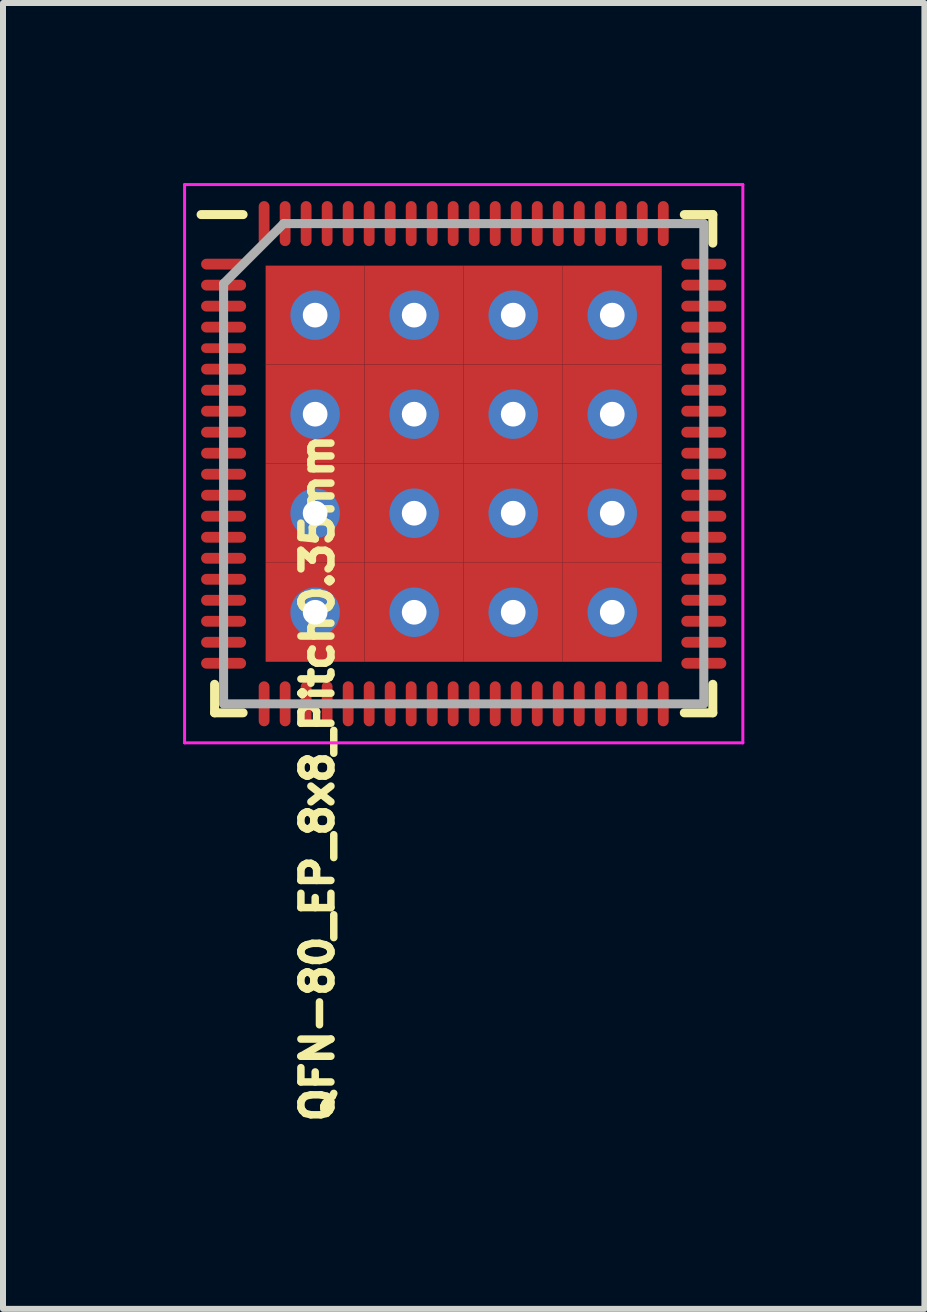
<source format=kicad_pcb>
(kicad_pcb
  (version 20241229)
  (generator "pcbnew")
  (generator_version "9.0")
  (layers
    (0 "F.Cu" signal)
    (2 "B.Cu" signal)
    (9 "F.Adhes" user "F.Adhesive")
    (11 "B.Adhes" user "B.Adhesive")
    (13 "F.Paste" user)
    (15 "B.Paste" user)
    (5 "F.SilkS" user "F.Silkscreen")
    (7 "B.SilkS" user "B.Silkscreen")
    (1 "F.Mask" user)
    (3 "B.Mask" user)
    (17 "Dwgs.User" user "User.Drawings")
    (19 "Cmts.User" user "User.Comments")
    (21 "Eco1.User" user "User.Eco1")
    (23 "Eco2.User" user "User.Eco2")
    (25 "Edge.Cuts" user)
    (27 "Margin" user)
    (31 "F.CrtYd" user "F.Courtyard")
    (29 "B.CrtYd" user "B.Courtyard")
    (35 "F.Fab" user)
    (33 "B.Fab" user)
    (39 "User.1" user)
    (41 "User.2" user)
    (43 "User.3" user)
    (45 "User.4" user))
  (footprint "QFN-80_EP_8x8_Pitch0.35mm"
    (layer "F.Cu")
    (at 4.675 4.675)
    (property "Reference" "QFN-80_EP_8x8_Pitch0.35mm" (at -2.437 5.24 270) (layer "F.SilkS") (effects (font (size 0.5 0.5) (thickness 0.125))))
    (attr smd)
    (fp_line (start -4.15 4.15) (end -4.15 3.675) (stroke (width 0.15) (type solid)) (layer "F.SilkS"))
    (fp_line (start -3.675 -4.15) (end -4.375 -4.15) (stroke (width 0.15) (type solid)) (layer "F.SilkS"))
    (fp_line (start -3.675 4.15) (end -4.15 4.15) (stroke (width 0.15) (type solid)) (layer "F.SilkS"))
    (fp_line (start 3.675 -4.15) (end 4.15 -4.15) (stroke (width 0.15) (type solid)) (layer "F.SilkS"))
    (fp_line (start 3.675 4.15) (end 4.15 4.15) (stroke (width 0.15) (type solid)) (layer "F.SilkS"))
    (fp_line (start 4.15 -4.15) (end 4.15 -3.675) (stroke (width 0.15) (type solid)) (layer "F.SilkS"))
    (fp_line (start 4.15 4.15) (end 4.15 3.675) (stroke (width 0.15) (type solid)) (layer "F.SilkS"))
    (fp_line (start -4.65 -4.65) (end 4.65 -4.65) (stroke (width 0.05) (type solid)) (layer "F.CrtYd"))
    (fp_line (start -4.65 4.65) (end -4.65 -4.65) (stroke (width 0.05) (type solid)) (layer "F.CrtYd"))
    (fp_line (start 4.65 -4.65) (end 4.65 4.65) (stroke (width 0.05) (type solid)) (layer "F.CrtYd"))
    (fp_line (start 4.65 4.65) (end -4.65 4.65) (stroke (width 0.05) (type solid)) (layer "F.CrtYd"))
    (fp_line (start -4 -3) (end -4 4) (stroke (width 0.15) (type solid)) (layer "F.Fab"))
    (fp_line (start -4 4) (end 4 4) (stroke (width 0.15) (type solid)) (layer "F.Fab"))
    (fp_line (start -3 -4) (end -4 -3) (stroke (width 0.15) (type solid)) (layer "F.Fab"))
    (fp_line (start 4 -4) (end -3 -4) (stroke (width 0.15) (type solid)) (layer "F.Fab"))
    (fp_line (start 4 4) (end 4 -4) (stroke (width 0.15) (type solid)) (layer "F.Fab"))
    (pad "1" smd oval (at -4 -3.325 90) (size 0.18 0.75) (layers "F.Cu" "F.Mask" "F.Paste"))
    (pad "2" smd oval (at -4 -2.975 90) (size 0.18 0.75) (layers "F.Cu" "F.Mask" "F.Paste"))
    (pad "3" smd oval (at -4 -2.625 90) (size 0.18 0.75) (layers "F.Cu" "F.Mask" "F.Paste"))
    (pad "4" smd oval (at -4 -2.275 90) (size 0.18 0.75) (layers "F.Cu" "F.Mask" "F.Paste"))
    (pad "5" smd oval (at -4 -1.925 90) (size 0.16 0.75) (layers "F.Cu" "F.Mask" "F.Paste"))
    (pad "6" smd oval (at -4 -1.575 90) (size 0.18 0.75) (layers "F.Cu" "F.Mask" "F.Paste"))
    (pad "7" smd oval (at -4 -1.225 90) (size 0.18 0.75) (layers "F.Cu" "F.Mask" "F.Paste"))
    (pad "8" smd oval (at -4 -0.875 90) (size 0.18 0.75) (layers "F.Cu" "F.Mask" "F.Paste"))
    (pad "9" smd oval (at -4 -0.525 90) (size 0.18 0.75) (layers "F.Cu" "F.Mask" "F.Paste"))
    (pad "10" smd oval (at -4 -0.175 90) (size 0.18 0.75) (layers "F.Cu" "F.Mask" "F.Paste"))
    (pad "11" smd oval (at -4 0.175 90) (size 0.18 0.75) (layers "F.Cu" "F.Mask" "F.Paste"))
    (pad "12" smd oval (at -4 0.525 90) (size 0.18 0.75) (layers "F.Cu" "F.Mask" "F.Paste"))
    (pad "13" smd oval (at -4 0.875 90) (size 0.18 0.75) (layers "F.Cu" "F.Mask" "F.Paste"))
    (pad "14" smd oval (at -4 1.225 90) (size 0.18 0.75) (layers "F.Cu" "F.Mask" "F.Paste"))
    (pad "15" smd oval (at -4 1.575 90) (size 0.18 0.75) (layers "F.Cu" "F.Mask" "F.Paste"))
    (pad "16" smd oval (at -4 1.925 90) (size 0.18 0.75) (layers "F.Cu" "F.Mask" "F.Paste"))
    (pad "17" smd oval (at -4 2.275 90) (size 0.18 0.75) (layers "F.Cu" "F.Mask" "F.Paste"))
    (pad "18" smd oval (at -4 2.625 90) (size 0.18 0.75) (layers "F.Cu" "F.Mask" "F.Paste"))
    (pad "19" smd oval (at -4 2.975 90) (size 0.18 0.75) (layers "F.Cu" "F.Mask" "F.Paste"))
    (pad "20" smd oval (at -4 3.325 90) (size 0.18 0.75) (layers "F.Cu" "F.Mask" "F.Paste"))
    (pad "21" smd oval (at -3.325 4) (size 0.18 0.75) (layers "F.Cu" "F.Mask" "F.Paste"))
    (pad "22" smd oval (at -2.975 4) (size 0.18 0.75) (layers "F.Cu" "F.Mask" "F.Paste"))
    (pad "23" smd oval (at -2.625 4) (size 0.18 0.75) (layers "F.Cu" "F.Mask" "F.Paste"))
    (pad "24" smd oval (at -2.275 4) (size 0.18 0.75) (layers "F.Cu" "F.Mask" "F.Paste"))
    (pad "25" smd oval (at -1.925 4) (size 0.18 0.75) (layers "F.Cu" "F.Mask" "F.Paste"))
    (pad "26" smd oval (at -1.575 4) (size 0.18 0.75) (layers "F.Cu" "F.Mask" "F.Paste"))
    (pad "27" smd oval (at -1.225 4) (size 0.18 0.75) (layers "F.Cu" "F.Mask" "F.Paste"))
    (pad "28" smd oval (at -0.875 4) (size 0.18 0.75) (layers "F.Cu" "F.Mask" "F.Paste"))
    (pad "29" smd oval (at -0.525 4) (size 0.18 0.75) (layers "F.Cu" "F.Mask" "F.Paste"))
    (pad "30" smd oval (at -0.175 4) (size 0.18 0.75) (layers "F.Cu" "F.Mask" "F.Paste"))
    (pad "31" smd oval (at 0.175 4) (size 0.18 0.75) (layers "F.Cu" "F.Mask" "F.Paste"))
    (pad "32" smd oval (at 0.525 4) (size 0.18 0.75) (layers "F.Cu" "F.Mask" "F.Paste"))
    (pad "33" smd oval (at 0.875 4) (size 0.18 0.75) (layers "F.Cu" "F.Mask" "F.Paste"))
    (pad "34" smd oval (at 1.225 4) (size 0.18 0.75) (layers "F.Cu" "F.Mask" "F.Paste"))
    (pad "35" smd oval (at 1.575 4) (size 0.18 0.75) (layers "F.Cu" "F.Mask" "F.Paste"))
    (pad "36" smd oval (at 1.925 4) (size 0.18 0.75) (layers "F.Cu" "F.Mask" "F.Paste"))
    (pad "37" smd oval (at 2.275 4) (size 0.18 0.75) (layers "F.Cu" "F.Mask" "F.Paste"))
    (pad "38" smd oval (at 2.625 4) (size 0.18 0.75) (layers "F.Cu" "F.Mask" "F.Paste"))
    (pad "39" smd oval (at 2.975 4) (size 0.18 0.75) (layers "F.Cu" "F.Mask" "F.Paste"))
    (pad "40" smd oval (at 3.325 4) (size 0.18 0.75) (layers "F.Cu" "F.Mask" "F.Paste"))
    (pad "41" smd oval (at 4 3.325 90) (size 0.18 0.75) (layers "F.Cu" "F.Mask" "F.Paste"))
    (pad "42" smd oval (at 4 2.975 90) (size 0.18 0.75) (layers "F.Cu" "F.Mask" "F.Paste"))
    (pad "43" smd oval (at 4 2.625 90) (size 0.18 0.75) (layers "F.Cu" "F.Mask" "F.Paste"))
    (pad "44" smd oval (at 4 2.275 90) (size 0.18 0.75) (layers "F.Cu" "F.Mask" "F.Paste"))
    (pad "45" smd oval (at 4 1.925 90) (size 0.18 0.75) (layers "F.Cu" "F.Mask" "F.Paste"))
    (pad "46" smd oval (at 4 1.575 90) (size 0.18 0.75) (layers "F.Cu" "F.Mask" "F.Paste"))
    (pad "47" smd oval (at 4 1.225 90) (size 0.18 0.75) (layers "F.Cu" "F.Mask" "F.Paste"))
    (pad "48" smd oval (at 4 0.875 90) (size 0.18 0.75) (layers "F.Cu" "F.Mask" "F.Paste"))
    (pad "49" smd oval (at 4 0.525 90) (size 0.18 0.75) (layers "F.Cu" "F.Mask" "F.Paste"))
    (pad "50" smd oval (at 4 0.175 90) (size 0.18 0.75) (layers "F.Cu" "F.Mask" "F.Paste"))
    (pad "51" smd oval (at 4 -0.175 90) (size 0.18 0.75) (layers "F.Cu" "F.Mask" "F.Paste"))
    (pad "52" smd oval (at 4 -0.525 90) (size 0.18 0.75) (layers "F.Cu" "F.Mask" "F.Paste"))
    (pad "53" smd oval (at 4 -0.875 90) (size 0.18 0.75) (layers "F.Cu" "F.Mask" "F.Paste"))
    (pad "54" smd oval (at 4 -1.225 90) (size 0.18 0.75) (layers "F.Cu" "F.Mask" "F.Paste"))
    (pad "55" smd oval (at 4 -1.575 90) (size 0.18 0.75) (layers "F.Cu" "F.Mask" "F.Paste"))
    (pad "56" smd oval (at 4 -1.925 90) (size 0.18 0.75) (layers "F.Cu" "F.Mask" "F.Paste"))
    (pad "57" smd oval (at 4 -2.275 90) (size 0.18 0.75) (layers "F.Cu" "F.Mask" "F.Paste"))
    (pad "58" smd oval (at 4 -2.625 90) (size 0.18 0.75) (layers "F.Cu" "F.Mask" "F.Paste"))
    (pad "59" smd oval (at 4 -2.975 90) (size 0.18 0.75) (layers "F.Cu" "F.Mask" "F.Paste"))
    (pad "60" smd oval (at 4 -3.325 90) (size 0.18 0.75) (layers "F.Cu" "F.Mask" "F.Paste"))
    (pad "61" smd oval (at 3.325 -4) (size 0.18 0.75) (layers "F.Cu" "F.Mask" "F.Paste"))
    (pad "62" smd oval (at 2.975 -4) (size 0.18 0.75) (layers "F.Cu" "F.Mask" "F.Paste"))
    (pad "63" smd oval (at 2.625 -4) (size 0.18 0.75) (layers "F.Cu" "F.Mask" "F.Paste"))
    (pad "64" smd oval (at 2.275 -4) (size 0.18 0.75) (layers "F.Cu" "F.Mask" "F.Paste"))
    (pad "65" smd oval (at 1.925 -4) (size 0.18 0.75) (layers "F.Cu" "F.Mask" "F.Paste"))
    (pad "66" smd oval (at 1.575 -4) (size 0.18 0.75) (layers "F.Cu" "F.Mask" "F.Paste"))
    (pad "67" smd oval (at 1.225 -4) (size 0.18 0.75) (layers "F.Cu" "F.Mask" "F.Paste"))
    (pad "68" smd oval (at 0.875 -4) (size 0.18 0.75) (layers "F.Cu" "F.Mask" "F.Paste"))
    (pad "69" smd oval (at 0.525 -4) (size 0.18 0.75) (layers "F.Cu" "F.Mask" "F.Paste"))
    (pad "70" smd oval (at 0.175 -4) (size 0.18 0.75) (layers "F.Cu" "F.Mask" "F.Paste"))
    (pad "71" smd oval (at -0.175 -4) (size 0.18 0.75) (layers "F.Cu" "F.Mask" "F.Paste"))
    (pad "72" smd oval (at -0.525 -4) (size 0.18 0.75) (layers "F.Cu" "F.Mask" "F.Paste"))
    (pad "73" smd oval (at -0.875 -4) (size 0.18 0.75) (layers "F.Cu" "F.Mask" "F.Paste"))
    (pad "74" smd oval (at -1.225 -4) (size 0.18 0.75) (layers "F.Cu" "F.Mask" "F.Paste"))
    (pad "75" smd oval (at -1.575 -4) (size 0.18 0.75) (layers "F.Cu" "F.Mask" "F.Paste"))
    (pad "76" smd oval (at -1.925 -4) (size 0.18 0.75) (layers "F.Cu" "F.Mask" "F.Paste"))
    (pad "77" smd oval (at -2.275 -4) (size 0.18 0.75) (layers "F.Cu" "F.Mask" "F.Paste"))
    (pad "78" smd oval (at -2.625 -4) (size 0.18 0.75) (layers "F.Cu" "F.Mask" "F.Paste"))
    (pad "79" smd oval (at -2.975 -4) (size 0.18 0.75) (layers "F.Cu" "F.Mask" "F.Paste"))
    (pad "80" smd oval (at -3.325 -4) (size 0.18 0.75) (layers "F.Cu" "F.Mask" "F.Paste"))
    (pad "81" thru_hole circle (at -2.475 -2.475) (size 0.825 0.825) (drill 0.412) (layers "*.Cu" "*.Mask"))
    (pad "81" smd rect (at -2.475 -2.475) (size 1.65 1.65) (layers "F.Cu" "F.Mask" "F.Paste"))
    (pad "81" thru_hole circle (at -2.475 -0.825) (size 0.825 0.825) (drill 0.412) (layers "*.Cu" "*.Mask"))
    (pad "81" smd rect (at -2.475 -0.825) (size 1.65 1.65) (layers "F.Cu" "F.Mask" "F.Paste"))
    (pad "81" thru_hole circle (at -2.475 0.825) (size 0.825 0.825) (drill 0.412) (layers "*.Cu" "*.Mask"))
    (pad "81" smd rect (at -2.475 0.825) (size 1.65 1.65) (layers "F.Cu" "F.Mask" "F.Paste"))
    (pad "81" thru_hole circle (at -2.475 2.475) (size 0.825 0.825) (drill 0.412) (layers "*.Cu" "*.Mask"))
    (pad "81" smd rect (at -2.475 2.475) (size 1.65 1.65) (layers "F.Cu" "F.Mask" "F.Paste"))
    (pad "81" thru_hole circle (at -0.825 -2.475) (size 0.825 0.825) (drill 0.412) (layers "*.Cu" "*.Mask"))
    (pad "81" smd rect (at -0.825 -2.475) (size 1.65 1.65) (layers "F.Cu" "F.Mask" "F.Paste"))
    (pad "81" thru_hole circle (at -0.825 -0.825) (size 0.825 0.825) (drill 0.412) (layers "*.Cu" "*.Mask"))
    (pad "81" smd rect (at -0.825 -0.825) (size 1.65 1.65) (layers "F.Cu" "F.Mask" "F.Paste"))
    (pad "81" thru_hole circle (at -0.825 0.825) (size 0.825 0.825) (drill 0.412) (layers "*.Cu" "*.Mask"))
    (pad "81" smd rect (at -0.825 0.825) (size 1.65 1.65) (layers "F.Cu" "F.Mask" "F.Paste"))
    (pad "81" thru_hole circle (at -0.825 2.475) (size 0.825 0.825) (drill 0.412) (layers "*.Cu" "*.Mask"))
    (pad "81" smd rect (at -0.825 2.475) (size 1.65 1.65) (layers "F.Cu" "F.Mask" "F.Paste"))
    (pad "81" thru_hole circle (at 0.825 -2.475) (size 0.825 0.825) (drill 0.412) (layers "*.Cu" "*.Mask"))
    (pad "81" smd rect (at 0.825 -2.475) (size 1.65 1.65) (layers "F.Cu" "F.Mask" "F.Paste"))
    (pad "81" thru_hole circle (at 0.825 -0.825) (size 0.825 0.825) (drill 0.412) (layers "*.Cu" "*.Mask"))
    (pad "81" smd rect (at 0.825 -0.825) (size 1.65 1.65) (layers "F.Cu" "F.Mask" "F.Paste"))
    (pad "81" thru_hole circle (at 0.825 0.825) (size 0.825 0.825) (drill 0.412) (layers "*.Cu" "*.Mask"))
    (pad "81" smd rect (at 0.825 0.825) (size 1.65 1.65) (layers "F.Cu" "F.Mask" "F.Paste"))
    (pad "81" thru_hole circle (at 0.825 2.475) (size 0.825 0.825) (drill 0.412) (layers "*.Cu" "*.Mask"))
    (pad "81" smd rect (at 0.825 2.475) (size 1.65 1.65) (layers "F.Cu" "F.Mask" "F.Paste"))
    (pad "81" thru_hole circle (at 2.475 -2.475) (size 0.825 0.825) (drill 0.412) (layers "*.Cu" "*.Mask"))
    (pad "81" smd rect (at 2.475 -2.475) (size 1.65 1.65) (layers "F.Cu" "F.Mask" "F.Paste"))
    (pad "81" thru_hole circle (at 2.475 -0.825) (size 0.825 0.825) (drill 0.412) (layers "*.Cu" "*.Mask"))
    (pad "81" smd rect (at 2.475 -0.825) (size 1.65 1.65) (layers "F.Cu" "F.Mask" "F.Paste"))
    (pad "81" thru_hole circle (at 2.475 0.825) (size 0.825 0.825) (drill 0.412) (layers "*.Cu" "*.Mask"))
    (pad "81" smd rect (at 2.475 0.825) (size 1.65 1.65) (layers "F.Cu" "F.Mask" "F.Paste"))
    (pad "81" thru_hole circle (at 2.475 2.475) (size 0.825 0.825) (drill 0.412) (layers "*.Cu" "*.Mask"))
    (pad "81" smd rect (at 2.475 2.475) (size 1.65 1.65) (layers "F.Cu" "F.Mask" "F.Paste")))
  (gr_rect
    (start -3 -3)
    (end 12.35 18.755)
    (stroke (width 0.1) (type default))
    (fill no)
    (layer "Edge.Cuts")))
</source>
